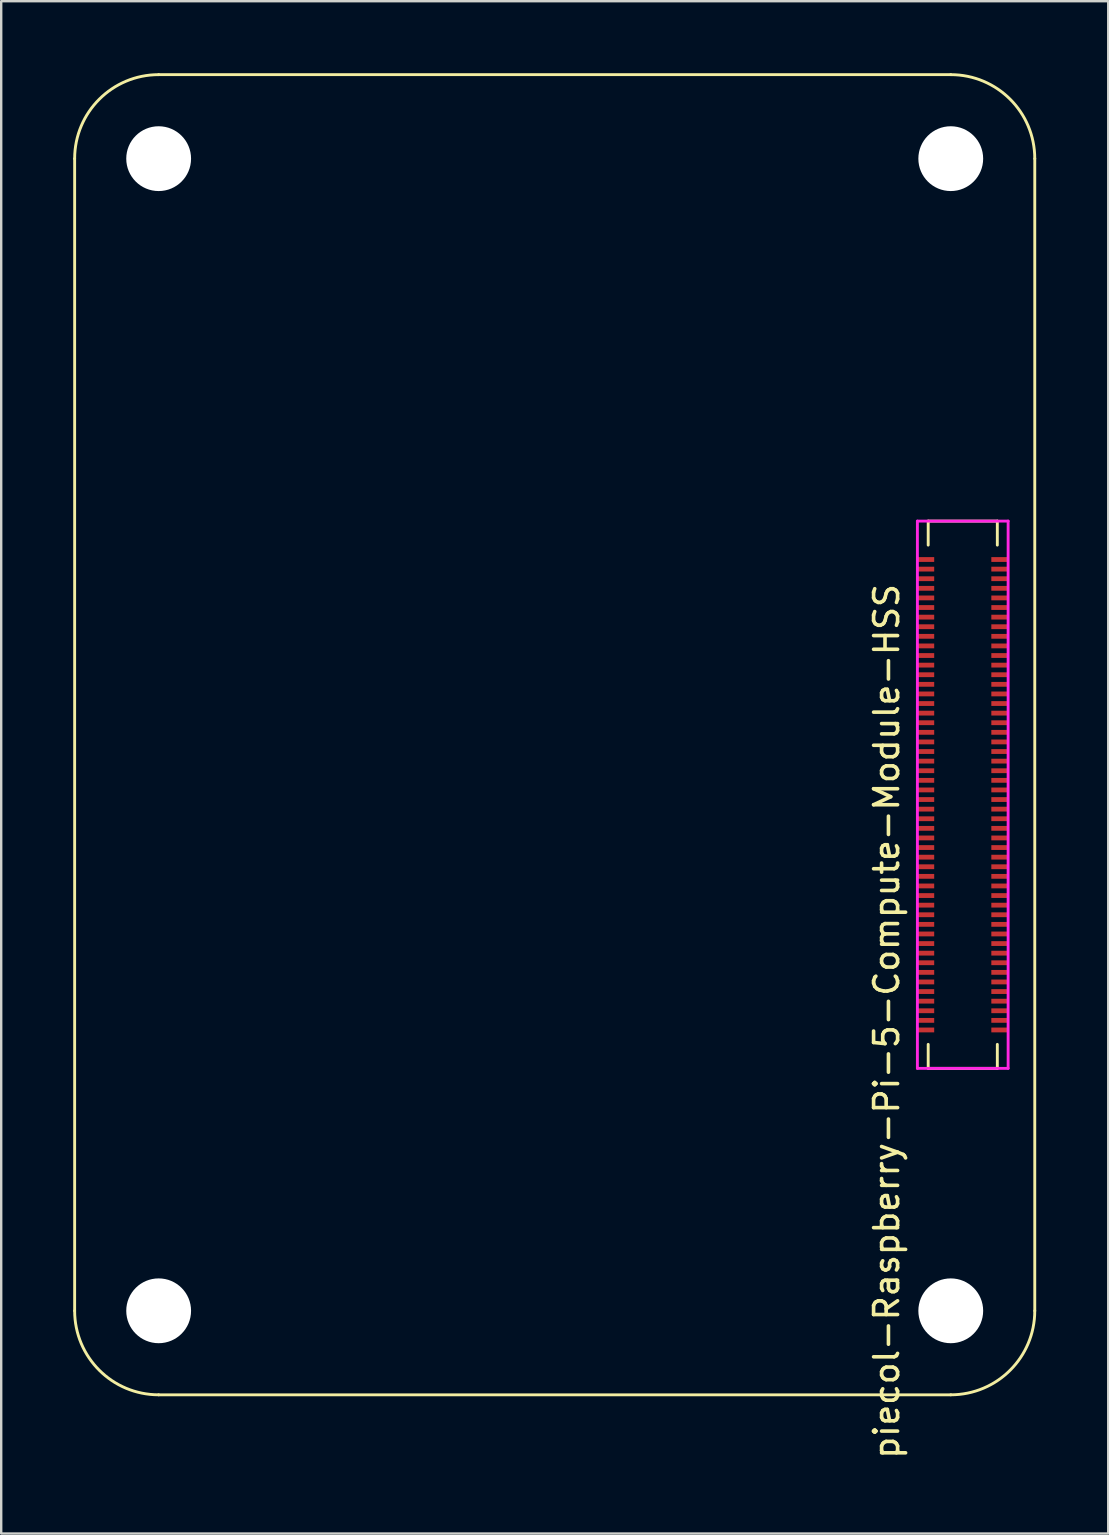
<source format=kicad_pcb>
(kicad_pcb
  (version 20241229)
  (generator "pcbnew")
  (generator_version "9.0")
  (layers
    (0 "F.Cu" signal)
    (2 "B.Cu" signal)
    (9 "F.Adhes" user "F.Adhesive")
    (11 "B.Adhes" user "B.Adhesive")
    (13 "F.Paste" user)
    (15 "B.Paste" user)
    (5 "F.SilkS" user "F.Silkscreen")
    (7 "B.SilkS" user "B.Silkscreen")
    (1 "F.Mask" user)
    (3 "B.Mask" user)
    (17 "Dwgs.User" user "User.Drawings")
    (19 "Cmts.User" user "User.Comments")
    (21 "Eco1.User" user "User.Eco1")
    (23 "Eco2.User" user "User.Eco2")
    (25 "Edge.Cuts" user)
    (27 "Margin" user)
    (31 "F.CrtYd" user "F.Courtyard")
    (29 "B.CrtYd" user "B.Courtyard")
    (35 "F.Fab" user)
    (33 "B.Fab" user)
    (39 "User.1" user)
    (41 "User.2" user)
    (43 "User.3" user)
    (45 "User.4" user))
  (footprint "piecol-Raspberry-Pi-5-Compute-Module-HSS"
    (layer "F.Cu")
    (at 3.56 51.56)
    (property "Reference" "piecol-Raspberry-Pi-5-Compute-Module-HSS" (at 30.33 -12.06 270) (layer "F.SilkS") (effects (font (size 1 1) (thickness 0.15))))
    (attr smd)
    (fp_line (start -3.5 -48) (end -3.5 0) (stroke (width 0.12) (type solid)) (layer "F.SilkS"))
    (fp_line (start 0 3.5) (end 33 3.5) (stroke (width 0.12) (type solid)) (layer "F.SilkS"))
    (fp_line (start 32.06 -32.9) (end 32.06 -31.9) (stroke (width 0.12) (type solid)) (layer "F.SilkS"))
    (fp_line (start 32.06 -32.9) (end 34.94 -32.9) (stroke (width 0.12) (type solid)) (layer "F.SilkS"))
    (fp_line (start 32.06 -10.1) (end 32.06 -11.1) (stroke (width 0.12) (type solid)) (layer "F.SilkS"))
    (fp_line (start 32.06 -10.1) (end 34.94 -10.1) (stroke (width 0.12) (type solid)) (layer "F.SilkS"))
    (fp_line (start 33 -51.5) (end 0 -51.5) (stroke (width 0.12) (type solid)) (layer "F.SilkS"))
    (fp_line (start 34.94 -32.9) (end 34.94 -31.9) (stroke (width 0.12) (type solid)) (layer "F.SilkS"))
    (fp_line (start 34.94 -10.1) (end 34.94 -11.1) (stroke (width 0.12) (type solid)) (layer "F.SilkS"))
    (fp_line (start 36.5 0) (end 36.5 -48) (stroke (width 0.12) (type solid)) (layer "F.SilkS"))
    (fp_arc (start -3.5 -48) (mid -2.474874 -50.474874) (end 0 -51.5) (stroke (width 0.12) (type solid)) (layer "F.SilkS"))
    (fp_arc (start 0 3.5) (mid -2.474874 2.474874) (end -3.5 0) (stroke (width 0.12) (type solid)) (layer "F.SilkS"))
    (fp_arc (start 33 -51.5) (mid 35.474874 -50.474874) (end 36.5 -48) (stroke (width 0.12) (type solid)) (layer "F.SilkS"))
    (fp_arc (start 36.5 0) (mid 35.474874 2.474874) (end 33 3.5) (stroke (width 0.12) (type solid)) (layer "F.SilkS"))
    (fp_line (start 31.61 -32.9) (end 35.39 -32.9) (stroke (width 0.12) (type solid)) (layer "F.CrtYd"))
    (fp_line (start 31.61 -10.1) (end 31.61 -32.9) (stroke (width 0.12) (type solid)) (layer "F.CrtYd"))
    (fp_line (start 35.39 -32.9) (end 35.39 -10.1) (stroke (width 0.12) (type solid)) (layer "F.CrtYd"))
    (fp_line (start 35.39 -10.1) (end 31.61 -10.1) (stroke (width 0.12) (type solid)) (layer "F.CrtYd"))
    (pad "" np_thru_hole circle (at 0 -48) (size 2.7 2.7) (drill 2.7) (layers "*.Cu"))
    (pad "" np_thru_hole circle (at 0 0) (size 2.7 2.7) (drill 2.7) (layers "*.Cu"))
    (pad "" np_thru_hole circle (at 33 -48) (size 2.7 2.7) (drill 2.7) (layers "*.Cu"))
    (pad "" np_thru_hole circle (at 33 0) (size 2.7 2.7) (drill 2.7) (layers "*.Cu"))
    (pad "101" smd rect (at 31.96 -31.3 270) (size 0.2 0.7) (layers "F.Cu" "F.Mask" "F.Paste"))
    (pad "102" smd rect (at 35.04 -31.3 270) (size 0.2 0.7) (layers "F.Cu" "F.Mask" "F.Paste"))
    (pad "103" smd rect (at 31.96 -30.9 270) (size 0.2 0.7) (layers "F.Cu" "F.Mask" "F.Paste"))
    (pad "104" smd rect (at 35.04 -30.9 270) (size 0.2 0.7) (layers "F.Cu" "F.Mask" "F.Paste"))
    (pad "105" smd rect (at 31.96 -30.5 270) (size 0.2 0.7) (layers "F.Cu" "F.Mask" "F.Paste"))
    (pad "106" smd rect (at 35.04 -30.5 270) (size 0.2 0.7) (layers "F.Cu" "F.Mask" "F.Paste"))
    (pad "107" smd rect (at 31.96 -30.1 270) (size 0.2 0.7) (layers "F.Cu" "F.Mask" "F.Paste"))
    (pad "108" smd rect (at 35.04 -30.1 270) (size 0.2 0.7) (layers "F.Cu" "F.Mask" "F.Paste"))
    (pad "109" smd rect (at 31.96 -29.7 270) (size 0.2 0.7) (layers "F.Cu" "F.Mask" "F.Paste"))
    (pad "110" smd rect (at 35.04 -29.7 270) (size 0.2 0.7) (layers "F.Cu" "F.Mask" "F.Paste"))
    (pad "111" smd rect (at 31.96 -29.3 270) (size 0.2 0.7) (layers "F.Cu" "F.Mask" "F.Paste"))
    (pad "112" smd rect (at 35.04 -29.3 270) (size 0.2 0.7) (layers "F.Cu" "F.Mask" "F.Paste"))
    (pad "113" smd rect (at 31.96 -28.9 270) (size 0.2 0.7) (layers "F.Cu" "F.Mask" "F.Paste"))
    (pad "114" smd rect (at 35.04 -28.9 270) (size 0.2 0.7) (layers "F.Cu" "F.Mask" "F.Paste"))
    (pad "115" smd rect (at 31.96 -28.5 270) (size 0.2 0.7) (layers "F.Cu" "F.Mask" "F.Paste"))
    (pad "116" smd rect (at 35.04 -28.5 270) (size 0.2 0.7) (layers "F.Cu" "F.Mask" "F.Paste"))
    (pad "117" smd rect (at 31.96 -28.1 270) (size 0.2 0.7) (layers "F.Cu" "F.Mask" "F.Paste"))
    (pad "118" smd rect (at 35.04 -28.1 270) (size 0.2 0.7) (layers "F.Cu" "F.Mask" "F.Paste"))
    (pad "119" smd rect (at 31.96 -27.7 270) (size 0.2 0.7) (layers "F.Cu" "F.Mask" "F.Paste"))
    (pad "120" smd rect (at 35.04 -27.7 270) (size 0.2 0.7) (layers "F.Cu" "F.Mask" "F.Paste"))
    (pad "121" smd rect (at 31.96 -27.3 270) (size 0.2 0.7) (layers "F.Cu" "F.Mask" "F.Paste"))
    (pad "122" smd rect (at 35.04 -27.3 270) (size 0.2 0.7) (layers "F.Cu" "F.Mask" "F.Paste"))
    (pad "123" smd rect (at 31.96 -26.9 270) (size 0.2 0.7) (layers "F.Cu" "F.Mask" "F.Paste"))
    (pad "124" smd rect (at 35.04 -26.9 270) (size 0.2 0.7) (layers "F.Cu" "F.Mask" "F.Paste"))
    (pad "125" smd rect (at 31.96 -26.5 270) (size 0.2 0.7) (layers "F.Cu" "F.Mask" "F.Paste"))
    (pad "126" smd rect (at 35.04 -26.5 270) (size 0.2 0.7) (layers "F.Cu" "F.Mask" "F.Paste"))
    (pad "127" smd rect (at 31.96 -26.1 270) (size 0.2 0.7) (layers "F.Cu" "F.Mask" "F.Paste"))
    (pad "128" smd rect (at 35.04 -26.1 270) (size 0.2 0.7) (layers "F.Cu" "F.Mask" "F.Paste"))
    (pad "129" smd rect (at 31.96 -25.7 270) (size 0.2 0.7) (layers "F.Cu" "F.Mask" "F.Paste"))
    (pad "130" smd rect (at 35.04 -25.7 270) (size 0.2 0.7) (layers "F.Cu" "F.Mask" "F.Paste"))
    (pad "131" smd rect (at 31.96 -25.3 270) (size 0.2 0.7) (layers "F.Cu" "F.Mask" "F.Paste"))
    (pad "132" smd rect (at 35.04 -25.3 270) (size 0.2 0.7) (layers "F.Cu" "F.Mask" "F.Paste"))
    (pad "133" smd rect (at 31.96 -24.9 270) (size 0.2 0.7) (layers "F.Cu" "F.Mask" "F.Paste"))
    (pad "134" smd rect (at 35.04 -24.9 270) (size 0.2 0.7) (layers "F.Cu" "F.Mask" "F.Paste"))
    (pad "135" smd rect (at 31.96 -24.5 270) (size 0.2 0.7) (layers "F.Cu" "F.Mask" "F.Paste"))
    (pad "136" smd rect (at 35.04 -24.5 270) (size 0.2 0.7) (layers "F.Cu" "F.Mask" "F.Paste"))
    (pad "137" smd rect (at 31.96 -24.1 270) (size 0.2 0.7) (layers "F.Cu" "F.Mask" "F.Paste"))
    (pad "138" smd rect (at 35.04 -24.1 270) (size 0.2 0.7) (layers "F.Cu" "F.Mask" "F.Paste"))
    (pad "139" smd rect (at 31.96 -23.7 270) (size 0.2 0.7) (layers "F.Cu" "F.Mask" "F.Paste"))
    (pad "140" smd rect (at 35.04 -23.7 270) (size 0.2 0.7) (layers "F.Cu" "F.Mask" "F.Paste"))
    (pad "141" smd rect (at 31.96 -23.3 270) (size 0.2 0.7) (layers "F.Cu" "F.Mask" "F.Paste"))
    (pad "142" smd rect (at 35.04 -23.3 270) (size 0.2 0.7) (layers "F.Cu" "F.Mask" "F.Paste"))
    (pad "143" smd rect (at 31.96 -22.9 270) (size 0.2 0.7) (layers "F.Cu" "F.Mask" "F.Paste"))
    (pad "144" smd rect (at 35.04 -22.9 270) (size 0.2 0.7) (layers "F.Cu" "F.Mask" "F.Paste"))
    (pad "145" smd rect (at 31.96 -22.5 270) (size 0.2 0.7) (layers "F.Cu" "F.Mask" "F.Paste"))
    (pad "146" smd rect (at 35.04 -22.5 270) (size 0.2 0.7) (layers "F.Cu" "F.Mask" "F.Paste"))
    (pad "147" smd rect (at 31.96 -22.1 270) (size 0.2 0.7) (layers "F.Cu" "F.Mask" "F.Paste"))
    (pad "148" smd rect (at 35.04 -22.1 270) (size 0.2 0.7) (layers "F.Cu" "F.Mask" "F.Paste"))
    (pad "149" smd rect (at 31.96 -21.7 270) (size 0.2 0.7) (layers "F.Cu" "F.Mask" "F.Paste"))
    (pad "150" smd rect (at 35.04 -21.7 270) (size 0.2 0.7) (layers "F.Cu" "F.Mask" "F.Paste"))
    (pad "151" smd rect (at 31.96 -21.3 270) (size 0.2 0.7) (layers "F.Cu" "F.Mask" "F.Paste"))
    (pad "152" smd rect (at 35.04 -21.3 270) (size 0.2 0.7) (layers "F.Cu" "F.Mask" "F.Paste"))
    (pad "153" smd rect (at 31.96 -20.9 270) (size 0.2 0.7) (layers "F.Cu" "F.Mask" "F.Paste"))
    (pad "154" smd rect (at 35.04 -20.9 270) (size 0.2 0.7) (layers "F.Cu" "F.Mask" "F.Paste"))
    (pad "155" smd rect (at 31.96 -20.5 270) (size 0.2 0.7) (layers "F.Cu" "F.Mask" "F.Paste"))
    (pad "156" smd rect (at 35.04 -20.5 270) (size 0.2 0.7) (layers "F.Cu" "F.Mask" "F.Paste"))
    (pad "157" smd rect (at 31.96 -20.1 270) (size 0.2 0.7) (layers "F.Cu" "F.Mask" "F.Paste"))
    (pad "158" smd rect (at 35.04 -20.1 270) (size 0.2 0.7) (layers "F.Cu" "F.Mask" "F.Paste"))
    (pad "159" smd rect (at 31.96 -19.7 270) (size 0.2 0.7) (layers "F.Cu" "F.Mask" "F.Paste"))
    (pad "160" smd rect (at 35.04 -19.7 270) (size 0.2 0.7) (layers "F.Cu" "F.Mask" "F.Paste"))
    (pad "161" smd rect (at 31.96 -19.3 270) (size 0.2 0.7) (layers "F.Cu" "F.Mask" "F.Paste"))
    (pad "162" smd rect (at 35.04 -19.3 270) (size 0.2 0.7) (layers "F.Cu" "F.Mask" "F.Paste"))
    (pad "163" smd rect (at 31.96 -18.9 270) (size 0.2 0.7) (layers "F.Cu" "F.Mask" "F.Paste"))
    (pad "164" smd rect (at 35.04 -18.9 270) (size 0.2 0.7) (layers "F.Cu" "F.Mask" "F.Paste"))
    (pad "165" smd rect (at 31.96 -18.5 270) (size 0.2 0.7) (layers "F.Cu" "F.Mask" "F.Paste"))
    (pad "166" smd rect (at 35.04 -18.5 270) (size 0.2 0.7) (layers "F.Cu" "F.Mask" "F.Paste"))
    (pad "167" smd rect (at 31.96 -18.1 270) (size 0.2 0.7) (layers "F.Cu" "F.Mask" "F.Paste"))
    (pad "168" smd rect (at 35.04 -18.1 270) (size 0.2 0.7) (layers "F.Cu" "F.Mask" "F.Paste"))
    (pad "169" smd rect (at 31.96 -17.7 270) (size 0.2 0.7) (layers "F.Cu" "F.Mask" "F.Paste"))
    (pad "170" smd rect (at 35.04 -17.7 270) (size 0.2 0.7) (layers "F.Cu" "F.Mask" "F.Paste"))
    (pad "171" smd rect (at 31.96 -17.3 270) (size 0.2 0.7) (layers "F.Cu" "F.Mask" "F.Paste"))
    (pad "172" smd rect (at 35.04 -17.3 270) (size 0.2 0.7) (layers "F.Cu" "F.Mask" "F.Paste"))
    (pad "173" smd rect (at 31.96 -16.9 270) (size 0.2 0.7) (layers "F.Cu" "F.Mask" "F.Paste"))
    (pad "174" smd rect (at 35.04 -16.9 270) (size 0.2 0.7) (layers "F.Cu" "F.Mask" "F.Paste"))
    (pad "175" smd rect (at 31.96 -16.5 270) (size 0.2 0.7) (layers "F.Cu" "F.Mask" "F.Paste"))
    (pad "176" smd rect (at 35.04 -16.5 270) (size 0.2 0.7) (layers "F.Cu" "F.Mask" "F.Paste"))
    (pad "177" smd rect (at 31.96 -16.1 270) (size 0.2 0.7) (layers "F.Cu" "F.Mask" "F.Paste"))
    (pad "178" smd rect (at 35.04 -16.1 270) (size 0.2 0.7) (layers "F.Cu" "F.Mask" "F.Paste"))
    (pad "179" smd rect (at 31.96 -15.7 270) (size 0.2 0.7) (layers "F.Cu" "F.Mask" "F.Paste"))
    (pad "180" smd rect (at 35.04 -15.7 270) (size 0.2 0.7) (layers "F.Cu" "F.Mask" "F.Paste"))
    (pad "181" smd rect (at 31.96 -15.3 270) (size 0.2 0.7) (layers "F.Cu" "F.Mask" "F.Paste"))
    (pad "182" smd rect (at 35.04 -15.3 270) (size 0.2 0.7) (layers "F.Cu" "F.Mask" "F.Paste"))
    (pad "183" smd rect (at 31.96 -14.9 270) (size 0.2 0.7) (layers "F.Cu" "F.Mask" "F.Paste"))
    (pad "184" smd rect (at 35.04 -14.9 270) (size 0.2 0.7) (layers "F.Cu" "F.Mask" "F.Paste"))
    (pad "185" smd rect (at 31.96 -14.5 270) (size 0.2 0.7) (layers "F.Cu" "F.Mask" "F.Paste"))
    (pad "186" smd rect (at 35.04 -14.5 270) (size 0.2 0.7) (layers "F.Cu" "F.Mask" "F.Paste"))
    (pad "187" smd rect (at 31.96 -14.1 270) (size 0.2 0.7) (layers "F.Cu" "F.Mask" "F.Paste"))
    (pad "188" smd rect (at 35.04 -14.1 270) (size 0.2 0.7) (layers "F.Cu" "F.Mask" "F.Paste"))
    (pad "189" smd rect (at 31.96 -13.7 270) (size 0.2 0.7) (layers "F.Cu" "F.Mask" "F.Paste"))
    (pad "190" smd rect (at 35.04 -13.7 270) (size 0.2 0.7) (layers "F.Cu" "F.Mask" "F.Paste"))
    (pad "191" smd rect (at 31.96 -13.3 270) (size 0.2 0.7) (layers "F.Cu" "F.Mask" "F.Paste"))
    (pad "192" smd rect (at 35.04 -13.3 270) (size 0.2 0.7) (layers "F.Cu" "F.Mask" "F.Paste"))
    (pad "193" smd rect (at 31.96 -12.9 270) (size 0.2 0.7) (layers "F.Cu" "F.Mask" "F.Paste"))
    (pad "194" smd rect (at 35.04 -12.9 270) (size 0.2 0.7) (layers "F.Cu" "F.Mask" "F.Paste"))
    (pad "195" smd rect (at 31.96 -12.5 270) (size 0.2 0.7) (layers "F.Cu" "F.Mask" "F.Paste"))
    (pad "196" smd rect (at 35.04 -12.5 270) (size 0.2 0.7) (layers "F.Cu" "F.Mask" "F.Paste"))
    (pad "197" smd rect (at 31.96 -12.1 270) (size 0.2 0.7) (layers "F.Cu" "F.Mask" "F.Paste"))
    (pad "198" smd rect (at 35.04 -12.1 270) (size 0.2 0.7) (layers "F.Cu" "F.Mask" "F.Paste"))
    (pad "199" smd rect (at 31.96 -11.7 270) (size 0.2 0.7) (layers "F.Cu" "F.Mask" "F.Paste"))
    (pad "200" smd rect (at 35.04 -11.7 270) (size 0.2 0.7) (layers "F.Cu" "F.Mask" "F.Paste")))
  (gr_rect
    (start -3 -3)
    (end 43.12 60.839)
    (stroke (width 0.1) (type default))
    (fill no)
    (layer "Edge.Cuts")))
</source>
